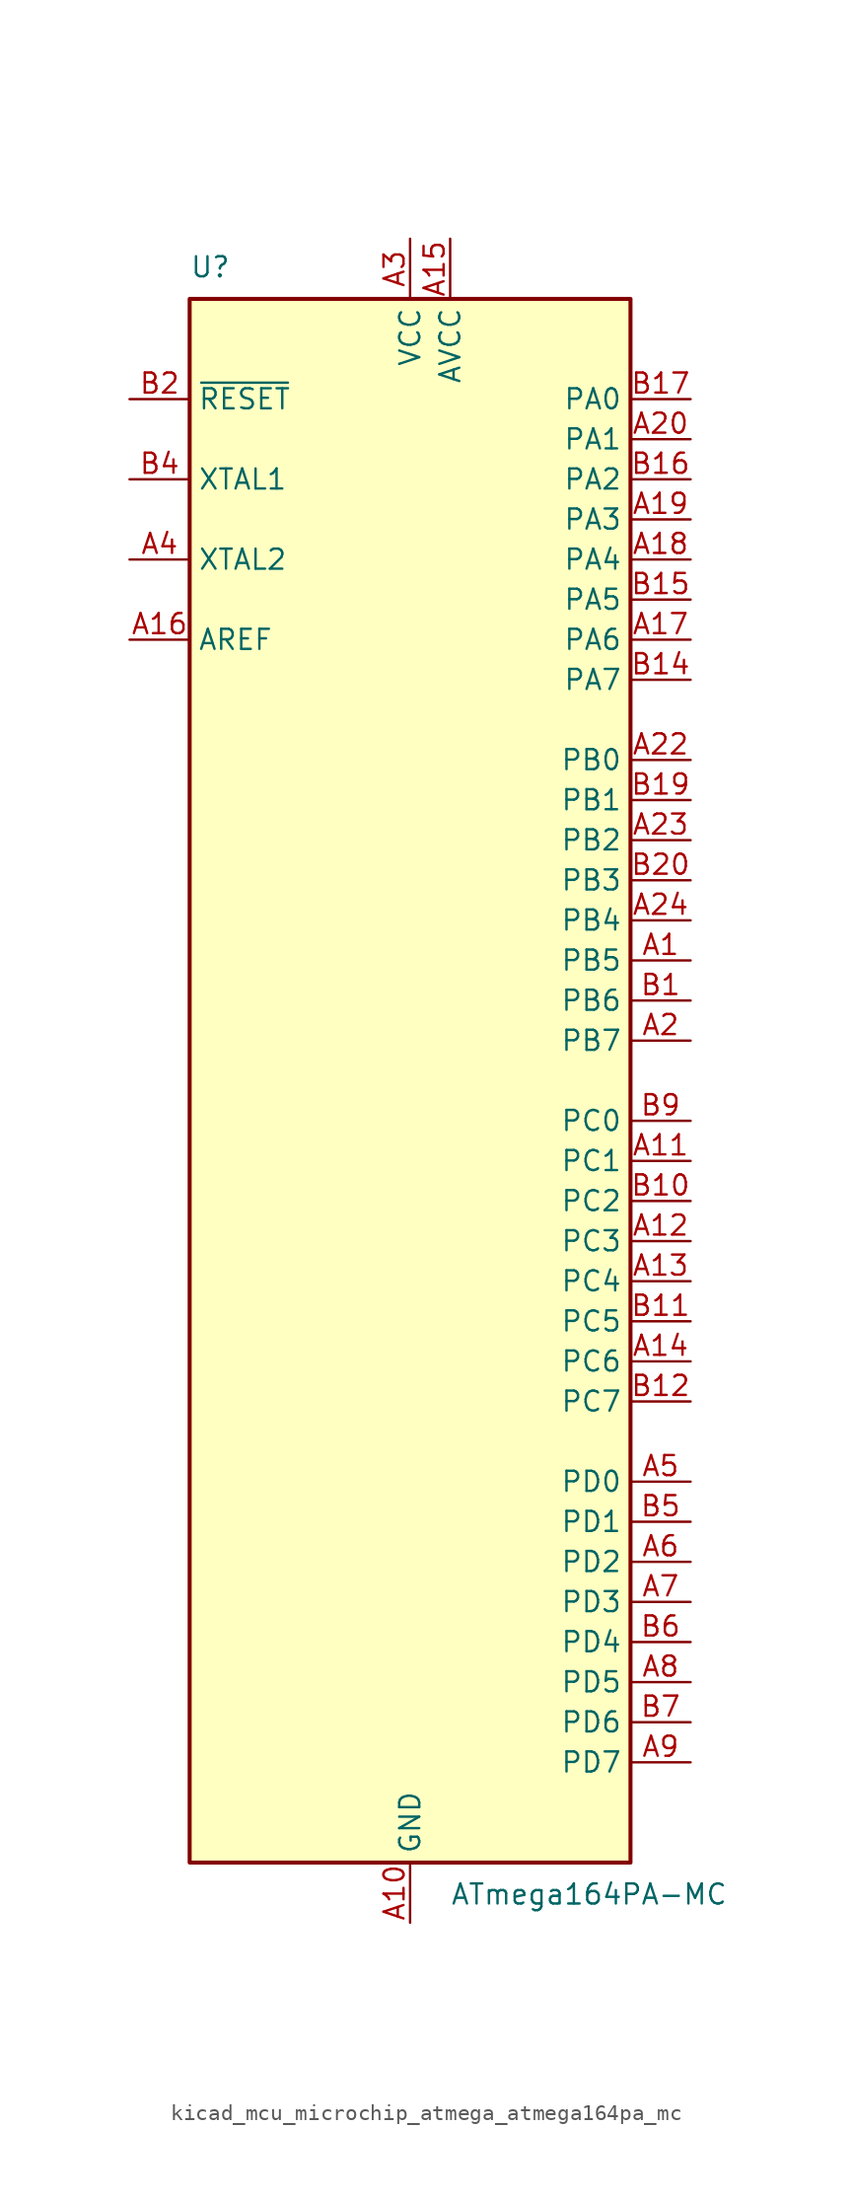
<source format=kicad_sym>
(kicad_symbol_lib
  (version 20220914)
  (generator kicad_symbol_editor)
  (symbol "kicad_mcu_microchip_atmega_atmega164pa_mc"
    (property "Reference" "U"
      (at -13.97 50.8 0)
      (effects (font (size 1.27 1.27)) (justify left bottom)))
    (property "Value" "ATmega164PA-MC"
      (at 2.54 -50.8 0)
      (effects (font (size 1.27 1.27)) (justify left top)))
    (symbol "kicad_mcu_microchip_atmega_atmega164pa_mc_0_1"
      (rectangle (start -13.97 -49.53) (end 13.97 49.53) (stroke (width 0.254) (type default)) (fill (type background))))
    (symbol "kicad_mcu_microchip_atmega_atmega164pa_mc_1_1"
      (pin bidirectional line (at 17.78 7.62 180) (length 3.81) (name "PB5" (effects (font (size 1.27 1.27)))) (number "A1" (effects (font (size 1.27 1.27)))))
      (pin power_in line (at 0 -53.34 90) (length 3.81) (name "GND" (effects (font (size 1.27 1.27)))) (number "A10" (effects (font (size 1.27 1.27)))))
      (pin bidirectional line (at 17.78 -5.08 180) (length 3.81) (name "PC1" (effects (font (size 1.27 1.27)))) (number "A11" (effects (font (size 1.27 1.27)))))
      (pin bidirectional line (at 17.78 -10.16 180) (length 3.81) (name "PC3" (effects (font (size 1.27 1.27)))) (number "A12" (effects (font (size 1.27 1.27)))))
      (pin bidirectional line (at 17.78 -12.7 180) (length 3.81) (name "PC4" (effects (font (size 1.27 1.27)))) (number "A13" (effects (font (size 1.27 1.27)))))
      (pin bidirectional line (at 17.78 -17.78 180) (length 3.81) (name "PC6" (effects (font (size 1.27 1.27)))) (number "A14" (effects (font (size 1.27 1.27)))))
      (pin power_in line (at 2.54 53.34 270) (length 3.81) (name "AVCC" (effects (font (size 1.27 1.27)))) (number "A15" (effects (font (size 1.27 1.27)))))
      (pin passive line (at -17.78 27.94 0) (length 3.81) (name "AREF" (effects (font (size 1.27 1.27)))) (number "A16" (effects (font (size 1.27 1.27)))))
      (pin bidirectional line (at 17.78 27.94 180) (length 3.81) (name "PA6" (effects (font (size 1.27 1.27)))) (number "A17" (effects (font (size 1.27 1.27)))))
      (pin bidirectional line (at 17.78 33.02 180) (length 3.81) (name "PA4" (effects (font (size 1.27 1.27)))) (number "A18" (effects (font (size 1.27 1.27)))))
      (pin bidirectional line (at 17.78 35.56 180) (length 3.81) (name "PA3" (effects (font (size 1.27 1.27)))) (number "A19" (effects (font (size 1.27 1.27)))))
      (pin bidirectional line (at 17.78 2.54 180) (length 3.81) (name "PB7" (effects (font (size 1.27 1.27)))) (number "A2" (effects (font (size 1.27 1.27)))))
      (pin bidirectional line (at 17.78 40.64 180) (length 3.81) (name "PA1" (effects (font (size 1.27 1.27)))) (number "A20" (effects (font (size 1.27 1.27)))))
      (pin passive line (at 0 53.34 270) (length 3.81) hide (name "VCC" (effects (font (size 1.27 1.27)))) (number "A21" (effects (font (size 1.27 1.27)))))
      (pin bidirectional line (at 17.78 20.32 180) (length 3.81) (name "PB0" (effects (font (size 1.27 1.27)))) (number "A22" (effects (font (size 1.27 1.27)))))
      (pin bidirectional line (at 17.78 15.24 180) (length 3.81) (name "PB2" (effects (font (size 1.27 1.27)))) (number "A23" (effects (font (size 1.27 1.27)))))
      (pin bidirectional line (at 17.78 10.16 180) (length 3.81) (name "PB4" (effects (font (size 1.27 1.27)))) (number "A24" (effects (font (size 1.27 1.27)))))
      (pin power_in line (at 0 53.34 270) (length 3.81) (name "VCC" (effects (font (size 1.27 1.27)))) (number "A3" (effects (font (size 1.27 1.27)))))
      (pin output line (at -17.78 33.02 0) (length 3.81) (name "XTAL2" (effects (font (size 1.27 1.27)))) (number "A4" (effects (font (size 1.27 1.27)))))
      (pin bidirectional line (at 17.78 -25.4 180) (length 3.81) (name "PD0" (effects (font (size 1.27 1.27)))) (number "A5" (effects (font (size 1.27 1.27)))))
      (pin bidirectional line (at 17.78 -30.48 180) (length 3.81) (name "PD2" (effects (font (size 1.27 1.27)))) (number "A6" (effects (font (size 1.27 1.27)))))
      (pin bidirectional line (at 17.78 -33.02 180) (length 3.81) (name "PD3" (effects (font (size 1.27 1.27)))) (number "A7" (effects (font (size 1.27 1.27)))))
      (pin bidirectional line (at 17.78 -38.1 180) (length 3.81) (name "PD5" (effects (font (size 1.27 1.27)))) (number "A8" (effects (font (size 1.27 1.27)))))
      (pin bidirectional line (at 17.78 -43.18 180) (length 3.81) (name "PD7" (effects (font (size 1.27 1.27)))) (number "A9" (effects (font (size 1.27 1.27)))))
      (pin bidirectional line (at 17.78 5.08 180) (length 3.81) (name "PB6" (effects (font (size 1.27 1.27)))) (number "B1" (effects (font (size 1.27 1.27)))))
      (pin bidirectional line (at 17.78 -7.62 180) (length 3.81) (name "PC2" (effects (font (size 1.27 1.27)))) (number "B10" (effects (font (size 1.27 1.27)))))
      (pin bidirectional line (at 17.78 -15.24 180) (length 3.81) (name "PC5" (effects (font (size 1.27 1.27)))) (number "B11" (effects (font (size 1.27 1.27)))))
      (pin bidirectional line (at 17.78 -20.32 180) (length 3.81) (name "PC7" (effects (font (size 1.27 1.27)))) (number "B12" (effects (font (size 1.27 1.27)))))
      (pin passive line (at 0 -53.34 90) (length 3.81) hide (name "GND" (effects (font (size 1.27 1.27)))) (number "B13" (effects (font (size 1.27 1.27)))))
      (pin bidirectional line (at 17.78 25.4 180) (length 3.81) (name "PA7" (effects (font (size 1.27 1.27)))) (number "B14" (effects (font (size 1.27 1.27)))))
      (pin bidirectional line (at 17.78 30.48 180) (length 3.81) (name "PA5" (effects (font (size 1.27 1.27)))) (number "B15" (effects (font (size 1.27 1.27)))))
      (pin bidirectional line (at 17.78 38.1 180) (length 3.81) (name "PA2" (effects (font (size 1.27 1.27)))) (number "B16" (effects (font (size 1.27 1.27)))))
      (pin bidirectional line (at 17.78 43.18 180) (length 3.81) (name "PA0" (effects (font (size 1.27 1.27)))) (number "B17" (effects (font (size 1.27 1.27)))))
      (pin passive line (at 0 -53.34 90) (length 3.81) hide (name "GND" (effects (font (size 1.27 1.27)))) (number "B18" (effects (font (size 1.27 1.27)))))
      (pin bidirectional line (at 17.78 17.78 180) (length 3.81) (name "PB1" (effects (font (size 1.27 1.27)))) (number "B19" (effects (font (size 1.27 1.27)))))
      (pin input line (at -17.78 43.18 0) (length 3.81) (name "~{RESET}" (effects (font (size 1.27 1.27)))) (number "B2" (effects (font (size 1.27 1.27)))))
      (pin bidirectional line (at 17.78 12.7 180) (length 3.81) (name "PB3" (effects (font (size 1.27 1.27)))) (number "B20" (effects (font (size 1.27 1.27)))))
      (pin passive line (at 0 -53.34 90) (length 3.81) hide (name "GND" (effects (font (size 1.27 1.27)))) (number "B3" (effects (font (size 1.27 1.27)))))
      (pin input line (at -17.78 38.1 0) (length 3.81) (name "XTAL1" (effects (font (size 1.27 1.27)))) (number "B4" (effects (font (size 1.27 1.27)))))
      (pin bidirectional line (at 17.78 -27.94 180) (length 3.81) (name "PD1" (effects (font (size 1.27 1.27)))) (number "B5" (effects (font (size 1.27 1.27)))))
      (pin bidirectional line (at 17.78 -35.56 180) (length 3.81) (name "PD4" (effects (font (size 1.27 1.27)))) (number "B6" (effects (font (size 1.27 1.27)))))
      (pin bidirectional line (at 17.78 -40.64 180) (length 3.81) (name "PD6" (effects (font (size 1.27 1.27)))) (number "B7" (effects (font (size 1.27 1.27)))))
      (pin passive line (at 0 53.34 270) (length 3.81) hide (name "VCC" (effects (font (size 1.27 1.27)))) (number "B8" (effects (font (size 1.27 1.27)))))
      (pin bidirectional line (at 17.78 -2.54 180) (length 3.81) (name "PC0" (effects (font (size 1.27 1.27)))) (number "B9" (effects (font (size 1.27 1.27)))))
      (pin passive line (at 0 -53.34 90) (length 3.81) hide (name "GND" (effects (font (size 1.27 1.27)))) (number "EP" (effects (font (size 1.27 1.27))))))))
</source>
